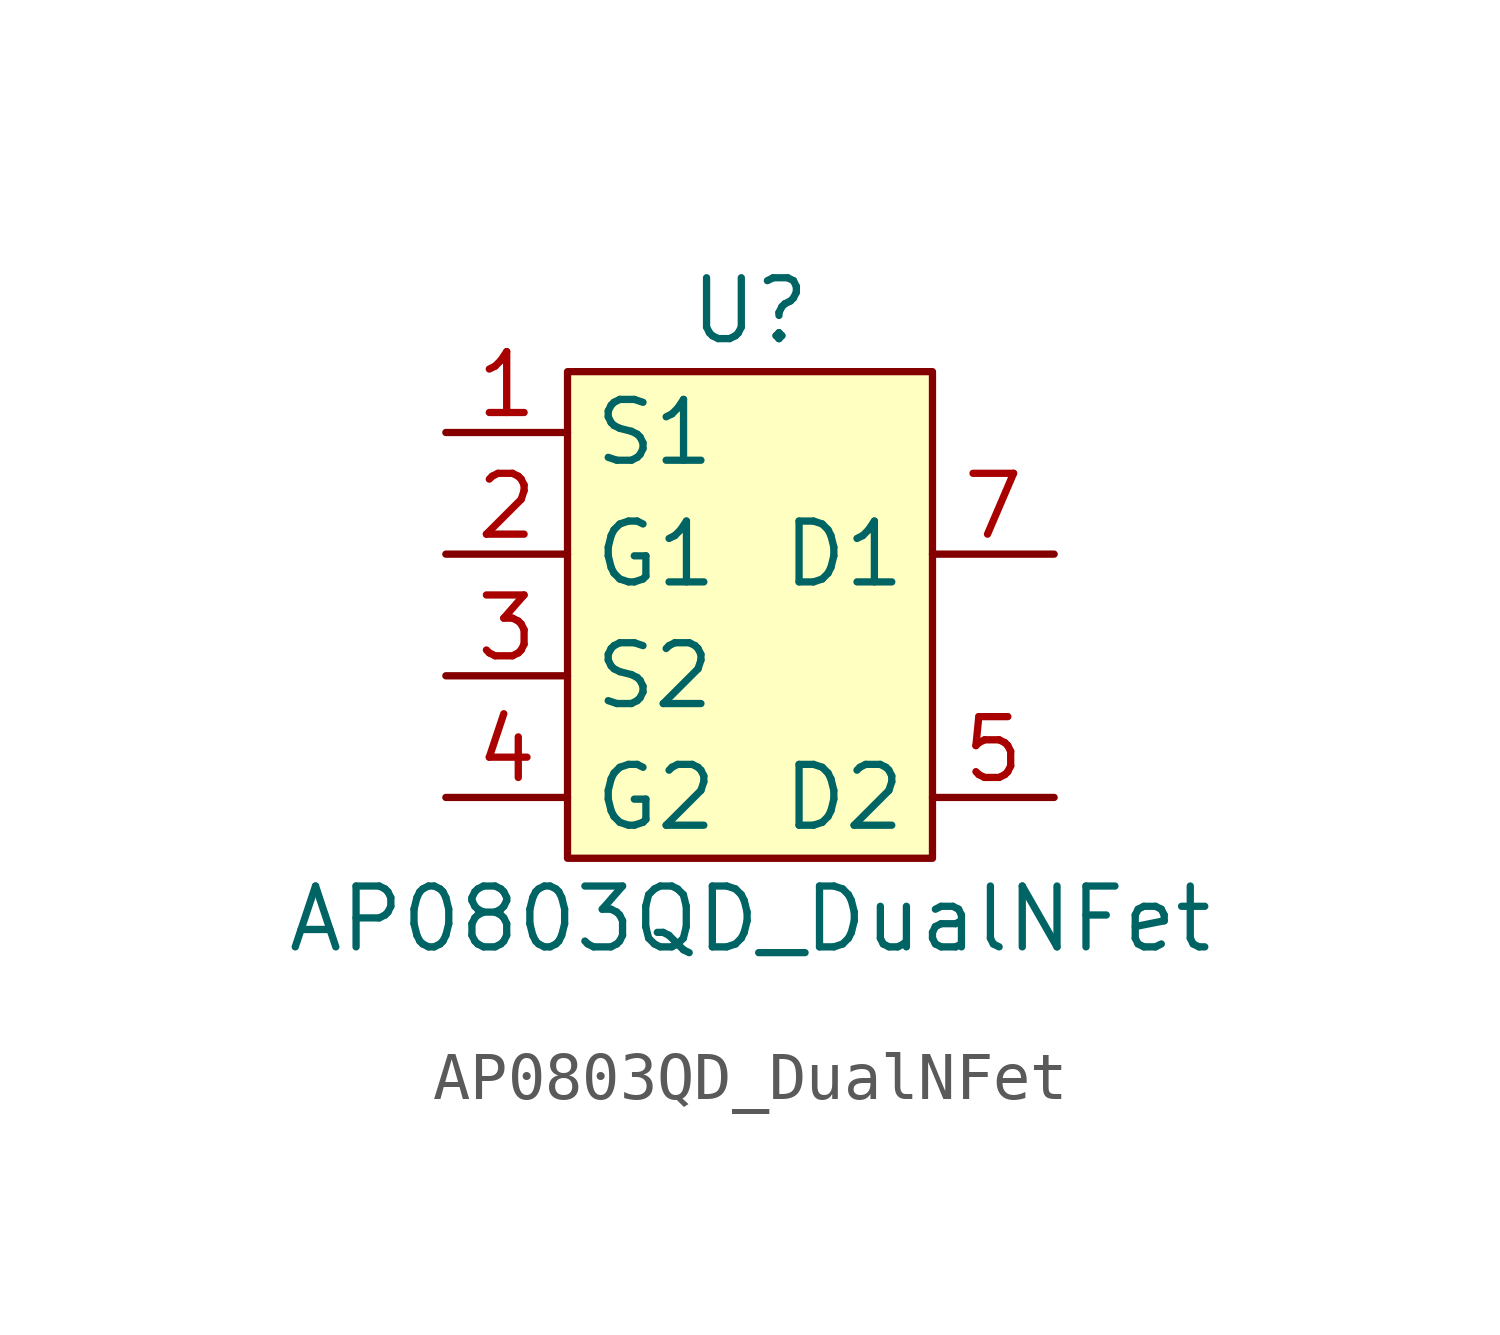
<source format=kicad_sym>
(kicad_symbol_lib
  (version 20211014)
  (generator kicad_symbol_editor)
  (symbol "AP0803QD_DualNFet"
    (property "Reference" "U"
      (at 0 6.35 0)
      (effects (font (size 1.27 1.27))))
    (property "Value" "AP0803QD_DualNFet"
      (at 0 -6.35 0)
      (effects (font (size 1.27 1.27))))
    (symbol "AP0803QD_DualNFet_0_1"
      (rectangle (start -3.81 5.08) (end 3.81 -5.08) (stroke (width 0.152) (type default) (color 0 0 0 0)) (fill (type background))))
    (symbol "AP0803QD_DualNFet_1_1"
      (pin bidirectional line (at -6.35 3.81 0) (length 2.54) (name "S1" (effects (font (size 1.27 1.27)))) (number "1" (effects (font (size 1.27 1.27)))))
      (pin bidirectional line (at -6.35 1.27 0) (length 2.54) (name "G1" (effects (font (size 1.27 1.27)))) (number "2" (effects (font (size 1.27 1.27)))))
      (pin bidirectional line (at -6.35 -1.27 0) (length 2.54) (name "S2" (effects (font (size 1.27 1.27)))) (number "3" (effects (font (size 1.27 1.27)))))
      (pin bidirectional line (at -6.35 -3.81 0) (length 2.54) (name "G2" (effects (font (size 1.27 1.27)))) (number "4" (effects (font (size 1.27 1.27)))))
      (pin bidirectional line (at 6.35 -3.81 180) (length 2.54) (name "D2" (effects (font (size 1.27 1.27)))) (number "5" (effects (font (size 1.27 1.27)))))
      (pin bidirectional line (at 6.35 1.27 180) (length 2.54) (name "D1" (effects (font (size 1.27 1.27)))) (number "7" (effects (font (size 1.27 1.27))))))))
</source>
